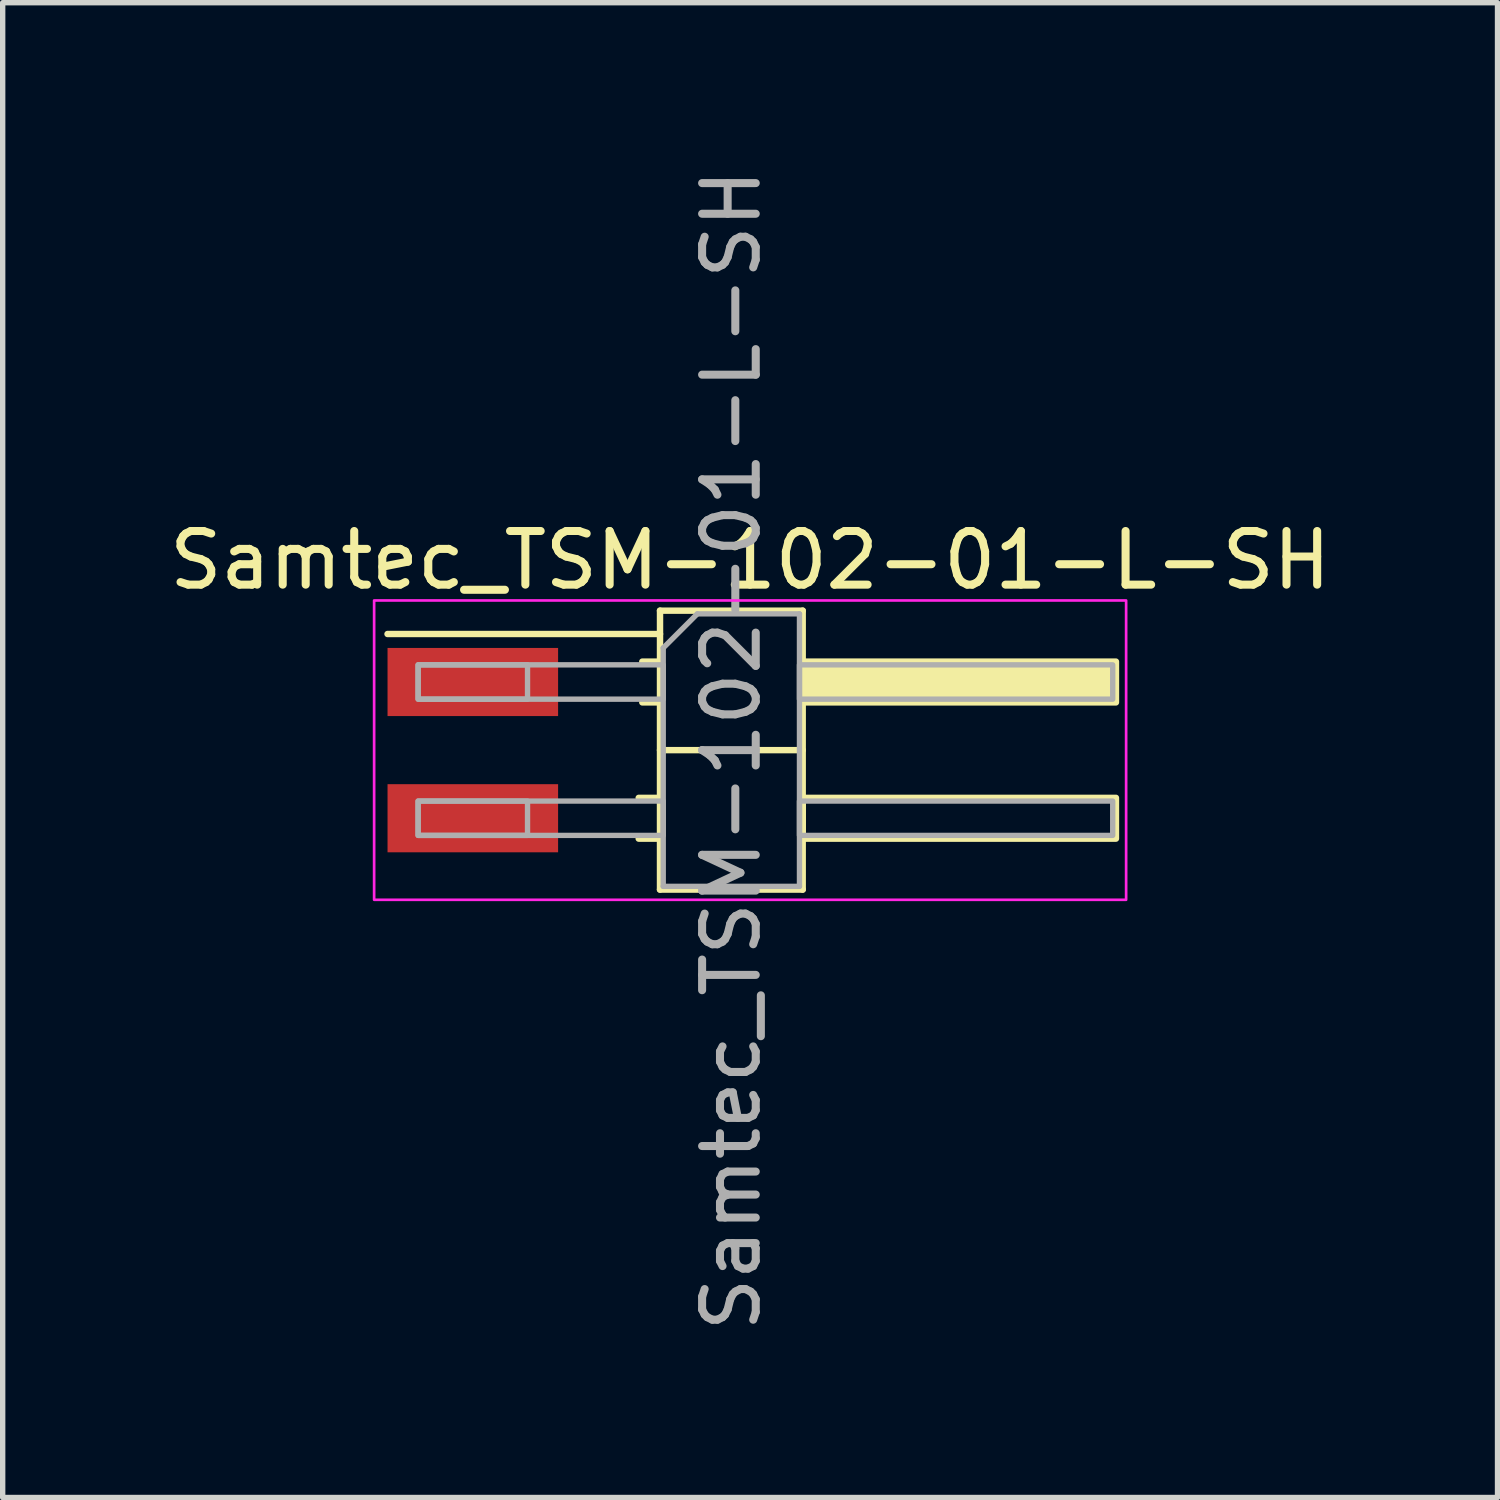
<source format=kicad_pcb>
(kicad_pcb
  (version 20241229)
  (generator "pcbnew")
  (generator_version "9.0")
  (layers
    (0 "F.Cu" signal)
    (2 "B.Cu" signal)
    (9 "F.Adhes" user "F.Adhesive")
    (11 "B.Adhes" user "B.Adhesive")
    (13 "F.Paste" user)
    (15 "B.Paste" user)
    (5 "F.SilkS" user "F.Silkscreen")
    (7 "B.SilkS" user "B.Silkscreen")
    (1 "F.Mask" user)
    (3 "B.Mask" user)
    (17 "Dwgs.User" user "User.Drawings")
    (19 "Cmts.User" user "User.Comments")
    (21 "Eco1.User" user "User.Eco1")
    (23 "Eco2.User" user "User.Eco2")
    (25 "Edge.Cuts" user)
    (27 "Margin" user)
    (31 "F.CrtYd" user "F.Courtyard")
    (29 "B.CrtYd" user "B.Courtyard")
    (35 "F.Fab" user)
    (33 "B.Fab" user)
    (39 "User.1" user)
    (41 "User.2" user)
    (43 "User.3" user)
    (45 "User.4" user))
  (footprint "Samtec_TSM-102-01-L-SH"
    (layer "F.Cu")
    (at 10.935 10.935)
    (property "Reference" "Samtec_TSM-102-01-L-SH" (at 0 -3.54 0) (layer "F.SilkS") (effects (font (size 1 1) (thickness 0.15))))
    (attr smd)
    (fp_line (start -2.077 0.89) (end -1.68 0.89) (stroke (width 0.12) (type solid)) (layer "F.SilkS"))
    (fp_line (start -2.077 1.65) (end -1.68 1.65) (stroke (width 0.12) (type solid)) (layer "F.SilkS"))
    (fp_line (start -2.01 -1.65) (end -1.68 -1.65) (stroke (width 0.12) (type solid)) (layer "F.SilkS"))
    (fp_line (start -2.01 -0.89) (end -1.68 -0.89) (stroke (width 0.12) (type solid)) (layer "F.SilkS"))
    (fp_line (start -1.68 -2.6) (end -1.68 2.6) (stroke (width 0.12) (type solid)) (layer "F.SilkS"))
    (fp_line (start -1.68 -2.165) (end -6.76 -2.165) (stroke (width 0.12) (type solid)) (layer "F.SilkS"))
    (fp_line (start -1.68 0) (end 0.98 0) (stroke (width 0.12) (type solid)) (layer "F.SilkS"))
    (fp_line (start -1.68 2.6) (end 0.98 2.6) (stroke (width 0.12) (type solid)) (layer "F.SilkS"))
    (fp_line (start 0.98 -2.6) (end -1.68 -2.6) (stroke (width 0.12) (type solid)) (layer "F.SilkS"))
    (fp_line (start 0.98 2.6) (end 0.98 -2.6) (stroke (width 0.12) (type solid)) (layer "F.SilkS"))
    (fp_rect (start 0.98 -1.65) (end 6.82 -0.89) (stroke (width 0.12) (type solid)) (fill yes) (layer "F.SilkS"))
    (fp_rect (start 0.98 0.89) (end 6.82 1.65) (stroke (width 0.12) (type solid)) (fill no) (layer "F.SilkS"))
    (fp_rect (start -7.01 -2.79) (end 7.01 2.79) (stroke (width 0.05) (type solid)) (fill no) (layer "F.CrtYd"))
    (fp_line (start -1.62 -1.905) (end -0.985 -2.54) (stroke (width 0.1) (type solid)) (layer "F.Fab"))
    (fp_line (start -1.62 2.54) (end -1.62 -1.905) (stroke (width 0.1) (type solid)) (layer "F.Fab"))
    (fp_line (start -0.985 -2.54) (end 0.92 -2.54) (stroke (width 0.1) (type solid)) (layer "F.Fab"))
    (fp_line (start 0.92 -2.54) (end 0.92 2.54) (stroke (width 0.1) (type solid)) (layer "F.Fab"))
    (fp_line (start 0.92 2.54) (end -1.62 2.54) (stroke (width 0.1) (type solid)) (layer "F.Fab"))
    (fp_rect (start -6.19 -1.59) (end -4.15 -0.95) (stroke (width 0.1) (type solid)) (fill no) (layer "F.Fab"))
    (fp_rect (start -6.19 -1.59) (end -1.62 -0.95) (stroke (width 0.1) (type solid)) (fill no) (layer "F.Fab"))
    (fp_rect (start -6.19 0.95) (end -4.15 1.59) (stroke (width 0.1) (type solid)) (fill no) (layer "F.Fab"))
    (fp_rect (start -6.19 0.95) (end -1.62 1.59) (stroke (width 0.1) (type solid)) (fill no) (layer "F.Fab"))
    (fp_rect (start 0.92 -1.59) (end 6.76 -0.95) (stroke (width 0.1) (type solid)) (fill no) (layer "F.Fab"))
    (fp_rect (start 0.92 0.95) (end 6.76 1.59) (stroke (width 0.1) (type solid)) (fill no) (layer "F.Fab"))
    (fp_text user "${REFERENCE}" (at -0.35 0 90) (layer "F.Fab") (effects (font (size 1 1) (thickness 0.15))))
    (pad "1" smd rect (at -5.17 -1.27) (size 3.18 1.27) (layers "F.Cu" "F.Mask" "F.Paste"))
    (pad "2" smd rect (at -5.17 1.27) (size 3.18 1.27) (layers "F.Cu" "F.Mask" "F.Paste")))
  (gr_rect
    (start -3 -3)
    (end 24.869 24.869)
    (stroke (width 0.1) (type default))
    (fill no)
    (layer "Edge.Cuts")))
</source>
